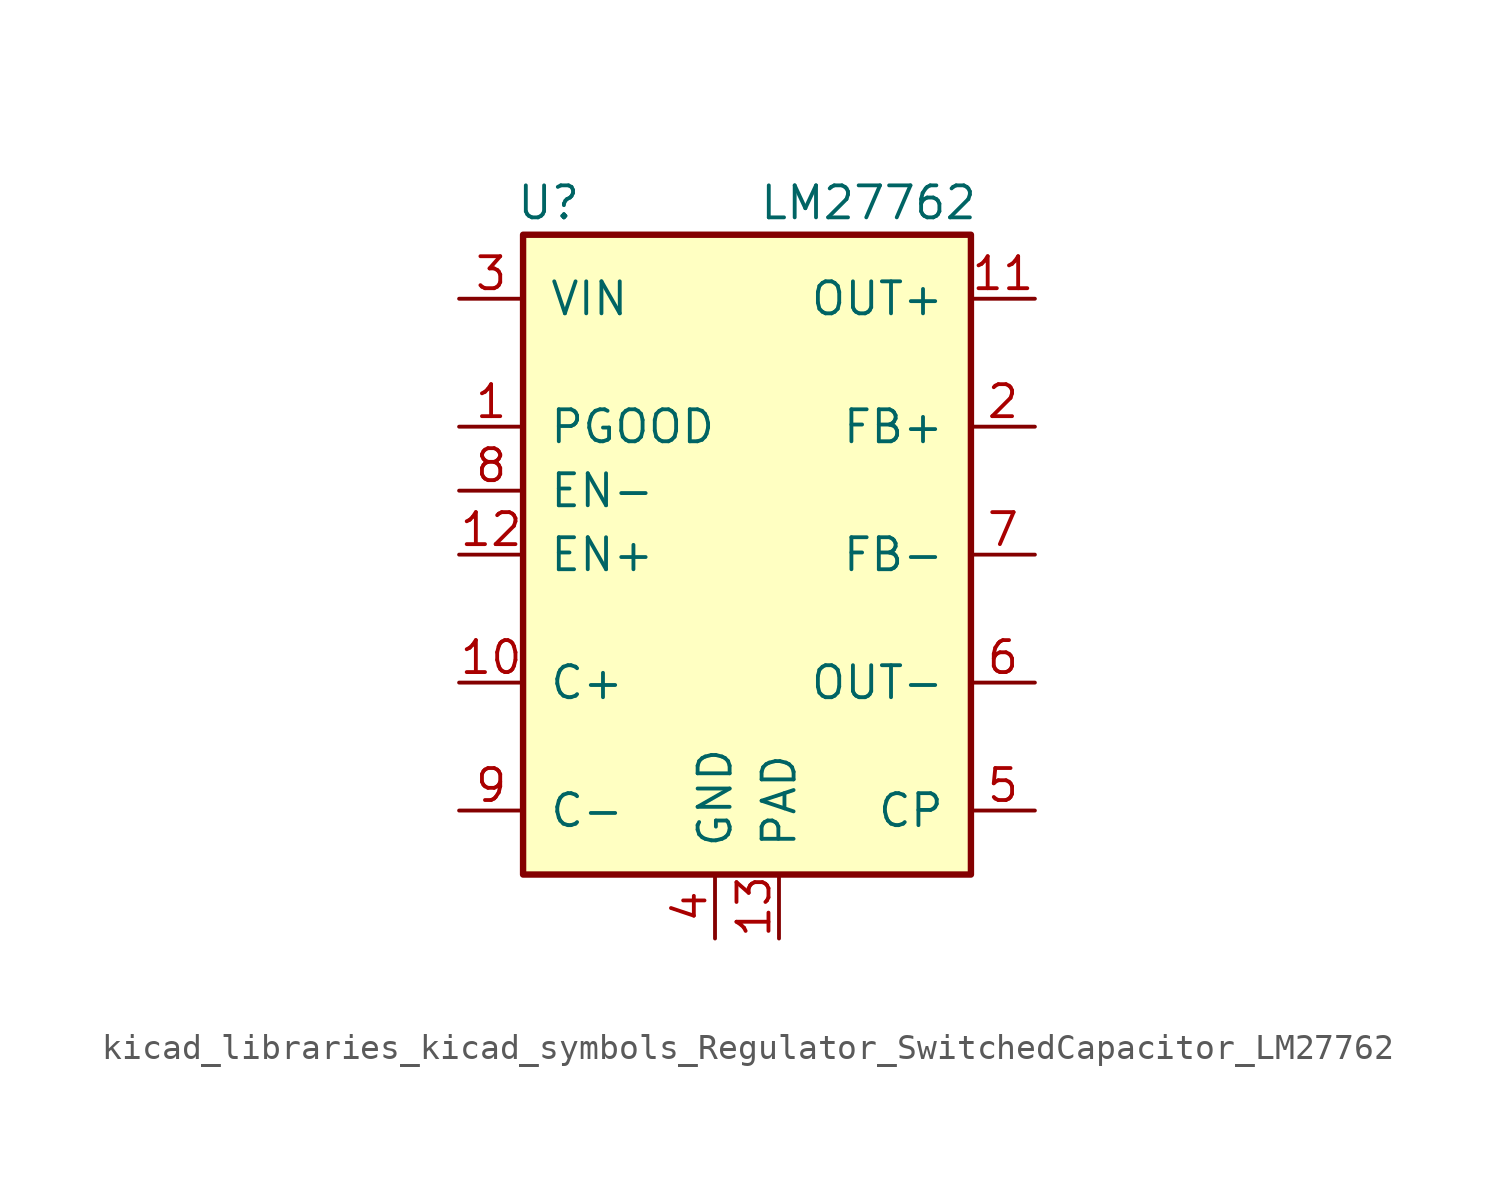
<source format=kicad_sym>
(kicad_symbol_lib
  (version 20220914)
  (generator kicad_symbol_editor)
  (symbol "kicad_libraries_kicad_symbols_Regulator_SwitchedCapacitor_LM27762"
    (pin_names
      (offset 1.016))
    (property "Reference" "U"
      (at -6.604 8.89 0)
      (effects (font (size 1.27 1.27))))
    (property "Value" "LM27762"
      (at 6.096 8.89 0)
      (effects (font (size 1.27 1.27))))
    (symbol "kicad_libraries_kicad_symbols_Regulator_SwitchedCapacitor_LM27762_0_1"
      (rectangle (start -7.62 7.62) (end 10.16 -17.78) (stroke (width 0.254) (type default)) (fill (type background))))
    (symbol "kicad_libraries_kicad_symbols_Regulator_SwitchedCapacitor_LM27762_1_1"
      (pin open_collector line (at -10.16 0 0) (length 2.54) (name "PGOOD" (effects (font (size 1.27 1.27)))) (number "1" (effects (font (size 1.27 1.27)))))
      (pin passive line (at -10.16 -10.16 0) (length 2.54) (name "C+" (effects (font (size 1.27 1.27)))) (number "10" (effects (font (size 1.27 1.27)))))
      (pin power_out line (at 12.7 5.08 180) (length 2.54) (name "OUT+" (effects (font (size 1.27 1.27)))) (number "11" (effects (font (size 1.27 1.27)))))
      (pin input line (at -10.16 -5.08 0) (length 2.54) (name "EN+" (effects (font (size 1.27 1.27)))) (number "12" (effects (font (size 1.27 1.27)))))
      (pin power_in line (at 2.54 -20.32 90) (length 2.54) (name "PAD" (effects (font (size 1.27 1.27)))) (number "13" (effects (font (size 1.27 1.27)))))
      (pin input line (at 12.7 0 180) (length 2.54) (name "FB+" (effects (font (size 1.27 1.27)))) (number "2" (effects (font (size 1.27 1.27)))))
      (pin power_in line (at -10.16 5.08 0) (length 2.54) (name "VIN" (effects (font (size 1.27 1.27)))) (number "3" (effects (font (size 1.27 1.27)))))
      (pin power_in line (at 0 -20.32 90) (length 2.54) (name "GND" (effects (font (size 1.27 1.27)))) (number "4" (effects (font (size 1.27 1.27)))))
      (pin passive line (at 12.7 -15.24 180) (length 2.54) (name "CP" (effects (font (size 1.27 1.27)))) (number "5" (effects (font (size 1.27 1.27)))))
      (pin power_out line (at 12.7 -10.16 180) (length 2.54) (name "OUT-" (effects (font (size 1.27 1.27)))) (number "6" (effects (font (size 1.27 1.27)))))
      (pin input line (at 12.7 -5.08 180) (length 2.54) (name "FB-" (effects (font (size 1.27 1.27)))) (number "7" (effects (font (size 1.27 1.27)))))
      (pin input line (at -10.16 -2.54 0) (length 2.54) (name "EN-" (effects (font (size 1.27 1.27)))) (number "8" (effects (font (size 1.27 1.27)))))
      (pin passive line (at -10.16 -15.24 0) (length 2.54) (name "C-" (effects (font (size 1.27 1.27)))) (number "9" (effects (font (size 1.27 1.27))))))))
</source>
